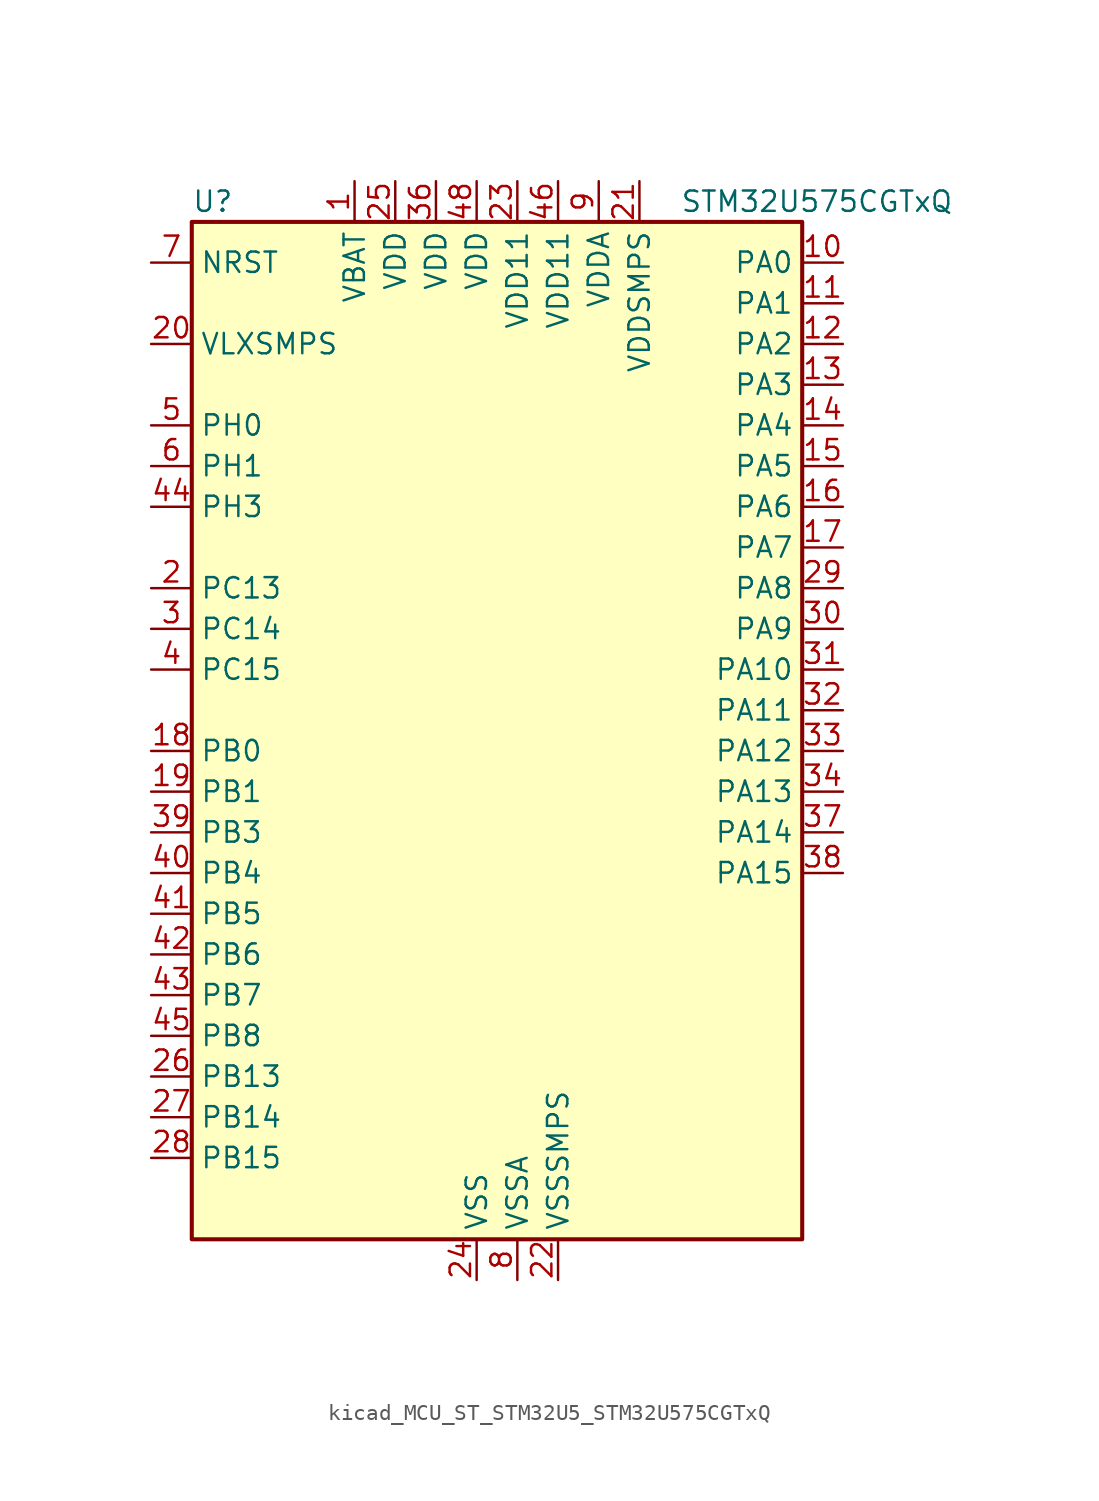
<source format=kicad_sym>
(kicad_symbol_lib
  (version 20220914)
  (generator kicad_symbol_editor)
  (symbol "kicad_MCU_ST_STM32U5_STM32U575CGTxQ"
    (property "Reference" "U"
      (at -17.78 34.29 0)
      (effects (font (size 1.27 1.27)) (justify left)))
    (property "Value" "STM32U575CGTxQ"
      (at 12.7 34.29 0)
      (effects (font (size 1.27 1.27)) (justify left)))
    (property "ki_locked" ""
      (at 0 0 0)
      (effects (font (size 1.27 1.27))))
    (symbol "kicad_MCU_ST_STM32U5_STM32U575CGTxQ_0_1"
      (rectangle (start -17.78 -30.48) (end 20.32 33.02) (stroke (width 0.254) (type default)) (fill (type background))))
    (symbol "kicad_MCU_ST_STM32U5_STM32U575CGTxQ_1_1"
      (pin power_in line (at -7.62 35.56 270) (length 2.54) (name "VBAT" (effects (font (size 1.27 1.27)))) (number "1" (effects (font (size 1.27 1.27)))))
      (pin bidirectional line (at 22.86 30.48 180) (length 2.54) (name "PA0" (effects (font (size 1.27 1.27)))) (number "10" (effects (font (size 1.27 1.27)))) (alternate "ADC1_IN5" bidirectional line) (alternate "AUDIOCLK" bidirectional line) (alternate "OCTOSPIM_P2_NCS" bidirectional line) (alternate "OPAMP1_VINP" bidirectional line) (alternate "PWR_WKUP1" bidirectional line) (alternate "SPI3_RDY" bidirectional line) (alternate "TAMP_IN2" bidirectional line) (alternate "TAMP_OUT1" bidirectional line) (alternate "TIM2_CH1" bidirectional line) (alternate "TIM2_ETR" bidirectional line) (alternate "TIM5_CH1" bidirectional line) (alternate "TIM8_ETR" bidirectional line) (alternate "UART4_TX" bidirectional line) (alternate "USART2_CTS" bidirectional line))
      (pin bidirectional line (at 22.86 27.94 180) (length 2.54) (name "PA1" (effects (font (size 1.27 1.27)))) (number "11" (effects (font (size 1.27 1.27)))) (alternate "ADC1_IN6" bidirectional line) (alternate "I2C1_SMBA" bidirectional line) (alternate "LPTIM1_CH2" bidirectional line) (alternate "OCTOSPIM_P1_DQS" bidirectional line) (alternate "OPAMP1_VINM" bidirectional line) (alternate "PWR_WKUP3" bidirectional line) (alternate "SPI1_SCK" bidirectional line) (alternate "TAMP_IN5" bidirectional line) (alternate "TAMP_OUT4" bidirectional line) (alternate "TIM15_CH1N" bidirectional line) (alternate "TIM2_CH2" bidirectional line) (alternate "TIM5_CH2" bidirectional line) (alternate "UART4_RX" bidirectional line) (alternate "USART2_DE" bidirectional line) (alternate "USART2_RTS" bidirectional line))
      (pin bidirectional line (at 22.86 25.4 180) (length 2.54) (name "PA2" (effects (font (size 1.27 1.27)))) (number "12" (effects (font (size 1.27 1.27)))) (alternate "ADC1_IN7" bidirectional line) (alternate "COMP1_INP" bidirectional line) (alternate "LPUART1_TX" bidirectional line) (alternate "OCTOSPIM_P1_NCS" bidirectional line) (alternate "PWR_WKUP4" bidirectional line) (alternate "RCC_LSCO" bidirectional line) (alternate "SPI1_RDY" bidirectional line) (alternate "TIM15_CH1" bidirectional line) (alternate "TIM2_CH3" bidirectional line) (alternate "TIM5_CH3" bidirectional line) (alternate "UCPD1_FRSTX1" bidirectional line) (alternate "USART2_TX" bidirectional line))
      (pin bidirectional line (at 22.86 22.86 180) (length 2.54) (name "PA3" (effects (font (size 1.27 1.27)))) (number "13" (effects (font (size 1.27 1.27)))) (alternate "ADC1_IN8" bidirectional line) (alternate "LPUART1_RX" bidirectional line) (alternate "OCTOSPIM_P1_CLK" bidirectional line) (alternate "OPAMP1_VOUT" bidirectional line) (alternate "PWR_WKUP5" bidirectional line) (alternate "SAI1_CK1" bidirectional line) (alternate "SAI1_MCLK_A" bidirectional line) (alternate "TIM15_CH2" bidirectional line) (alternate "TIM2_CH4" bidirectional line) (alternate "TIM5_CH4" bidirectional line) (alternate "USART2_RX" bidirectional line))
      (pin bidirectional line (at 22.86 20.32 180) (length 2.54) (name "PA4" (effects (font (size 1.27 1.27)))) (number "14" (effects (font (size 1.27 1.27)))) (alternate "ADC1_IN9" bidirectional line) (alternate "ADC4_IN9" bidirectional line) (alternate "DAC1_OUT1" bidirectional line) (alternate "LPTIM2_CH1" bidirectional line) (alternate "OCTOSPIM_P1_NCS" bidirectional line) (alternate "PWR_WKUP2" bidirectional line) (alternate "SAI1_FS_B" bidirectional line) (alternate "SPI1_NSS" bidirectional line) (alternate "SPI3_NSS" bidirectional line) (alternate "USART2_CK" bidirectional line))
      (pin bidirectional line (at 22.86 17.78 180) (length 2.54) (name "PA5" (effects (font (size 1.27 1.27)))) (number "15" (effects (font (size 1.27 1.27)))) (alternate "ADC1_IN10" bidirectional line) (alternate "ADC4_IN10" bidirectional line) (alternate "DAC1_OUT2" bidirectional line) (alternate "LPTIM2_ETR" bidirectional line) (alternate "PWR_CSLEEP" bidirectional line) (alternate "PWR_WKUP6" bidirectional line) (alternate "SPI1_SCK" bidirectional line) (alternate "TIM2_CH1" bidirectional line) (alternate "TIM2_ETR" bidirectional line) (alternate "TIM8_CH1N" bidirectional line) (alternate "USART3_RX" bidirectional line))
      (pin bidirectional line (at 22.86 15.24 180) (length 2.54) (name "PA6" (effects (font (size 1.27 1.27)))) (number "16" (effects (font (size 1.27 1.27)))) (alternate "ADC1_IN11" bidirectional line) (alternate "ADC4_IN11" bidirectional line) (alternate "LPUART1_CTS" bidirectional line) (alternate "OCTOSPIM_P1_IO3" bidirectional line) (alternate "OPAMP2_VINP" bidirectional line) (alternate "PWR_CDSTOP" bidirectional line) (alternate "PWR_WKUP7" bidirectional line) (alternate "SPI1_MISO" bidirectional line) (alternate "TIM16_CH1" bidirectional line) (alternate "TIM1_BKIN" bidirectional line) (alternate "TIM3_CH1" bidirectional line) (alternate "TIM8_BKIN" bidirectional line) (alternate "USART3_CTS" bidirectional line))
      (pin bidirectional line (at 22.86 12.7 180) (length 2.54) (name "PA7" (effects (font (size 1.27 1.27)))) (number "17" (effects (font (size 1.27 1.27)))) (alternate "ADC1_IN12" bidirectional line) (alternate "ADC4_IN20" bidirectional line) (alternate "I2C3_SCL" bidirectional line) (alternate "LPTIM2_CH2" bidirectional line) (alternate "OCTOSPIM_P1_IO2" bidirectional line) (alternate "OPAMP2_VINM" bidirectional line) (alternate "PWR_SRDSTOP" bidirectional line) (alternate "PWR_WKUP8" bidirectional line) (alternate "SPI1_MOSI" bidirectional line) (alternate "TIM17_CH1" bidirectional line) (alternate "TIM1_CH1N" bidirectional line) (alternate "TIM3_CH2" bidirectional line) (alternate "TIM8_CH1N" bidirectional line) (alternate "USART3_TX" bidirectional line))
      (pin bidirectional line (at -20.32 0 0) (length 2.54) (name "PB0" (effects (font (size 1.27 1.27)))) (number "18" (effects (font (size 1.27 1.27)))) (alternate "ADC1_IN15" bidirectional line) (alternate "ADC4_IN18" bidirectional line) (alternate "AUDIOCLK" bidirectional line) (alternate "COMP1_OUT" bidirectional line) (alternate "LPTIM3_CH1" bidirectional line) (alternate "OCTOSPIM_P1_IO1" bidirectional line) (alternate "OPAMP2_VOUT" bidirectional line) (alternate "SPI1_NSS" bidirectional line) (alternate "TIM1_CH2N" bidirectional line) (alternate "TIM3_CH3" bidirectional line) (alternate "TIM8_CH2N" bidirectional line) (alternate "USART3_CK" bidirectional line))
      (pin bidirectional line (at -20.32 -2.54 0) (length 2.54) (name "PB1" (effects (font (size 1.27 1.27)))) (number "19" (effects (font (size 1.27 1.27)))) (alternate "ADC1_IN16" bidirectional line) (alternate "ADC4_IN19" bidirectional line) (alternate "COMP1_INM" bidirectional line) (alternate "LPTIM2_IN1" bidirectional line) (alternate "LPTIM3_CH2" bidirectional line) (alternate "LPUART1_DE" bidirectional line) (alternate "LPUART1_RTS" bidirectional line) (alternate "MDF1_SDI0" bidirectional line) (alternate "OCTOSPIM_P1_IO0" bidirectional line) (alternate "PWR_WKUP4" bidirectional line) (alternate "TIM1_CH3N" bidirectional line) (alternate "TIM3_CH4" bidirectional line) (alternate "TIM8_CH3N" bidirectional line) (alternate "USART3_DE" bidirectional line) (alternate "USART3_RTS" bidirectional line))
      (pin bidirectional line (at -20.32 10.16 0) (length 2.54) (name "PC13" (effects (font (size 1.27 1.27)))) (number "2" (effects (font (size 1.27 1.27)))) (alternate "PWR_WKUP2" bidirectional line) (alternate "RTC_OUT1" bidirectional line) (alternate "RTC_TS" bidirectional line) (alternate "TAMP_IN1" bidirectional line) (alternate "TAMP_OUT2" bidirectional line))
      (pin power_in line (at -20.32 25.4 0) (length 2.54) (name "VLXSMPS" (effects (font (size 1.27 1.27)))) (number "20" (effects (font (size 1.27 1.27)))))
      (pin power_in line (at 10.16 35.56 270) (length 2.54) (name "VDDSMPS" (effects (font (size 1.27 1.27)))) (number "21" (effects (font (size 1.27 1.27)))))
      (pin power_in line (at 5.08 -33.02 90) (length 2.54) (name "VSSSMPS" (effects (font (size 1.27 1.27)))) (number "22" (effects (font (size 1.27 1.27)))))
      (pin power_in line (at 2.54 35.56 270) (length 2.54) (name "VDD11" (effects (font (size 1.27 1.27)))) (number "23" (effects (font (size 1.27 1.27)))))
      (pin power_in line (at 0 -33.02 90) (length 2.54) (name "VSS" (effects (font (size 1.27 1.27)))) (number "24" (effects (font (size 1.27 1.27)))))
      (pin power_in line (at -5.08 35.56 270) (length 2.54) (name "VDD" (effects (font (size 1.27 1.27)))) (number "25" (effects (font (size 1.27 1.27)))))
      (pin bidirectional line (at -20.32 -20.32 0) (length 2.54) (name "PB13" (effects (font (size 1.27 1.27)))) (number "26" (effects (font (size 1.27 1.27)))) (alternate "I2C2_SCL" bidirectional line) (alternate "LPTIM3_IN1" bidirectional line) (alternate "LPUART1_CTS" bidirectional line) (alternate "MDF1_CKI1" bidirectional line) (alternate "SPI2_SCK" bidirectional line) (alternate "TIM15_CH1N" bidirectional line) (alternate "TIM1_CH1N" bidirectional line) (alternate "TSC_G1_IO2" bidirectional line) (alternate "USART3_CTS" bidirectional line))
      (pin bidirectional line (at -20.32 -22.86 0) (length 2.54) (name "PB14" (effects (font (size 1.27 1.27)))) (number "27" (effects (font (size 1.27 1.27)))) (alternate "I2C2_SDA" bidirectional line) (alternate "LPTIM3_ETR" bidirectional line) (alternate "MDF1_SDI2" bidirectional line) (alternate "SPI2_MISO" bidirectional line) (alternate "TIM15_CH1" bidirectional line) (alternate "TIM1_CH2N" bidirectional line) (alternate "TIM8_CH2N" bidirectional line) (alternate "TSC_G1_IO3" bidirectional line) (alternate "UCPD1_DBCC2" bidirectional line) (alternate "USART3_DE" bidirectional line) (alternate "USART3_RTS" bidirectional line))
      (pin bidirectional line (at -20.32 -25.4 0) (length 2.54) (name "PB15" (effects (font (size 1.27 1.27)))) (number "28" (effects (font (size 1.27 1.27)))) (alternate "ADC1_EXTI15" bidirectional line) (alternate "ADC4_EXTI15" bidirectional line) (alternate "LPTIM2_IN2" bidirectional line) (alternate "MDF1_CKI2" bidirectional line) (alternate "PWR_WKUP7" bidirectional line) (alternate "RTC_REFIN" bidirectional line) (alternate "SPI2_MOSI" bidirectional line) (alternate "TIM15_CH2" bidirectional line) (alternate "TIM1_CH3N" bidirectional line) (alternate "TIM8_CH3N" bidirectional line) (alternate "UCPD1_CC2" bidirectional line))
      (pin bidirectional line (at 22.86 10.16 180) (length 2.54) (name "PA8" (effects (font (size 1.27 1.27)))) (number "29" (effects (font (size 1.27 1.27)))) (alternate "DEBUG_TRACECLK" bidirectional line) (alternate "LPTIM2_CH1" bidirectional line) (alternate "RCC_MCO" bidirectional line) (alternate "SAI1_CK2" bidirectional line) (alternate "SAI1_SCK_A" bidirectional line) (alternate "SPI1_RDY" bidirectional line) (alternate "TIM1_CH1" bidirectional line) (alternate "USART1_CK" bidirectional line) (alternate "USB_OTG_FS_SOF" bidirectional line))
      (pin bidirectional line (at -20.32 7.62 0) (length 2.54) (name "PC14" (effects (font (size 1.27 1.27)))) (number "3" (effects (font (size 1.27 1.27)))) (alternate "RCC_OSC32_IN" bidirectional line))
      (pin bidirectional line (at 22.86 7.62 180) (length 2.54) (name "PA9" (effects (font (size 1.27 1.27)))) (number "30" (effects (font (size 1.27 1.27)))) (alternate "DAC1_EXTI9" bidirectional line) (alternate "SAI1_FS_A" bidirectional line) (alternate "SPI2_SCK" bidirectional line) (alternate "TIM15_BKIN" bidirectional line) (alternate "TIM1_CH2" bidirectional line) (alternate "USART1_TX" bidirectional line) (alternate "USB_OTG_FS_VBUS" bidirectional line))
      (pin bidirectional line (at 22.86 5.08 180) (length 2.54) (name "PA10" (effects (font (size 1.27 1.27)))) (number "31" (effects (font (size 1.27 1.27)))) (alternate "CRS_SYNC" bidirectional line) (alternate "LPTIM2_IN2" bidirectional line) (alternate "SAI1_D1" bidirectional line) (alternate "SAI1_SD_A" bidirectional line) (alternate "TIM17_BKIN" bidirectional line) (alternate "TIM1_CH3" bidirectional line) (alternate "USART1_RX" bidirectional line) (alternate "USB_OTG_FS_ID" bidirectional line))
      (pin bidirectional line (at 22.86 2.54 180) (length 2.54) (name "PA11" (effects (font (size 1.27 1.27)))) (number "32" (effects (font (size 1.27 1.27)))) (alternate "ADC1_EXTI11" bidirectional line) (alternate "FDCAN1_RX" bidirectional line) (alternate "SPI1_MISO" bidirectional line) (alternate "TIM1_BKIN2" bidirectional line) (alternate "TIM1_CH4" bidirectional line) (alternate "USART1_CTS" bidirectional line) (alternate "USB_OTG_FS_DM" bidirectional line))
      (pin bidirectional line (at 22.86 0 180) (length 2.54) (name "PA12" (effects (font (size 1.27 1.27)))) (number "33" (effects (font (size 1.27 1.27)))) (alternate "FDCAN1_TX" bidirectional line) (alternate "OCTOSPIM_P2_NCS" bidirectional line) (alternate "SPI1_MOSI" bidirectional line) (alternate "TIM1_ETR" bidirectional line) (alternate "USART1_DE" bidirectional line) (alternate "USART1_RTS" bidirectional line) (alternate "USB_OTG_FS_DP" bidirectional line))
      (pin bidirectional line (at 22.86 -2.54 180) (length 2.54) (name "PA13" (effects (font (size 1.27 1.27)))) (number "34" (effects (font (size 1.27 1.27)))) (alternate "DEBUG_JTMS-SWDIO" bidirectional line) (alternate "IR_OUT" bidirectional line) (alternate "SAI1_SD_B" bidirectional line) (alternate "USB_OTG_FS_NOE" bidirectional line))
      (pin passive line (at 0 -33.02 90) (length 2.54) hide (name "VSS" (effects (font (size 1.27 1.27)))) (number "35" (effects (font (size 1.27 1.27)))))
      (pin power_in line (at -2.54 35.56 270) (length 2.54) (name "VDD" (effects (font (size 1.27 1.27)))) (number "36" (effects (font (size 1.27 1.27)))))
      (pin bidirectional line (at 22.86 -5.08 180) (length 2.54) (name "PA14" (effects (font (size 1.27 1.27)))) (number "37" (effects (font (size 1.27 1.27)))) (alternate "DEBUG_JTCK-SWCLK" bidirectional line) (alternate "I2C1_SMBA" bidirectional line) (alternate "I2C4_SMBA" bidirectional line) (alternate "LPTIM1_CH1" bidirectional line) (alternate "SAI1_FS_B" bidirectional line) (alternate "USB_OTG_FS_SOF" bidirectional line))
      (pin bidirectional line (at 22.86 -7.62 180) (length 2.54) (name "PA15" (effects (font (size 1.27 1.27)))) (number "38" (effects (font (size 1.27 1.27)))) (alternate "ADC1_EXTI15" bidirectional line) (alternate "ADC4_EXTI15" bidirectional line) (alternate "DEBUG_JTDI" bidirectional line) (alternate "SPI1_NSS" bidirectional line) (alternate "SPI3_NSS" bidirectional line) (alternate "TIM2_CH1" bidirectional line) (alternate "TIM2_ETR" bidirectional line) (alternate "UART4_DE" bidirectional line) (alternate "UART4_RTS" bidirectional line) (alternate "UCPD1_CC1" bidirectional line) (alternate "USART2_RX" bidirectional line) (alternate "USART3_DE" bidirectional line) (alternate "USART3_RTS" bidirectional line))
      (pin bidirectional line (at -20.32 -5.08 0) (length 2.54) (name "PB3" (effects (font (size 1.27 1.27)))) (number "39" (effects (font (size 1.27 1.27)))) (alternate "ADF1_CCK0" bidirectional line) (alternate "COMP2_INM" bidirectional line) (alternate "CRS_SYNC" bidirectional line) (alternate "DEBUG_JTDO-SWO" bidirectional line) (alternate "I2C1_SDA" bidirectional line) (alternate "LPTIM1_CH1" bidirectional line) (alternate "SAI1_SCK_B" bidirectional line) (alternate "SPI1_SCK" bidirectional line) (alternate "SPI3_SCK" bidirectional line) (alternate "TIM2_CH2" bidirectional line) (alternate "USART1_DE" bidirectional line) (alternate "USART1_RTS" bidirectional line))
      (pin bidirectional line (at -20.32 5.08 0) (length 2.54) (name "PC15" (effects (font (size 1.27 1.27)))) (number "4" (effects (font (size 1.27 1.27)))) (alternate "ADC1_EXTI15" bidirectional line) (alternate "ADC4_EXTI15" bidirectional line) (alternate "RCC_OSC32_OUT" bidirectional line))
      (pin bidirectional line (at -20.32 -7.62 0) (length 2.54) (name "PB4" (effects (font (size 1.27 1.27)))) (number "40" (effects (font (size 1.27 1.27)))) (alternate "ADF1_SDI0" bidirectional line) (alternate "COMP2_INP" bidirectional line) (alternate "DEBUG_JTRST" bidirectional line) (alternate "I2C3_SDA" bidirectional line) (alternate "LPTIM1_CH2" bidirectional line) (alternate "SAI1_MCLK_B" bidirectional line) (alternate "SPI1_MISO" bidirectional line) (alternate "SPI3_MISO" bidirectional line) (alternate "TIM17_BKIN" bidirectional line) (alternate "TIM3_CH1" bidirectional line) (alternate "TSC_G2_IO1" bidirectional line) (alternate "USART1_CTS" bidirectional line))
      (pin bidirectional line (at -20.32 -10.16 0) (length 2.54) (name "PB5" (effects (font (size 1.27 1.27)))) (number "41" (effects (font (size 1.27 1.27)))) (alternate "COMP2_OUT" bidirectional line) (alternate "I2C1_SMBA" bidirectional line) (alternate "LPTIM1_IN1" bidirectional line) (alternate "OCTOSPIM_P1_NCLK" bidirectional line) (alternate "PWR_WKUP6" bidirectional line) (alternate "SAI1_SD_B" bidirectional line) (alternate "SPI1_MOSI" bidirectional line) (alternate "SPI3_MOSI" bidirectional line) (alternate "TIM16_BKIN" bidirectional line) (alternate "TIM3_CH2" bidirectional line) (alternate "TSC_G2_IO2" bidirectional line) (alternate "UCPD1_DBCC1" bidirectional line) (alternate "USART1_CK" bidirectional line))
      (pin bidirectional line (at -20.32 -12.7 0) (length 2.54) (name "PB6" (effects (font (size 1.27 1.27)))) (number "42" (effects (font (size 1.27 1.27)))) (alternate "COMP2_INP" bidirectional line) (alternate "I2C1_SCL" bidirectional line) (alternate "I2C4_SCL" bidirectional line) (alternate "LPTIM1_ETR" bidirectional line) (alternate "MDF1_SDI5" bidirectional line) (alternate "PWR_WKUP3" bidirectional line) (alternate "SAI1_FS_B" bidirectional line) (alternate "TIM16_CH1N" bidirectional line) (alternate "TIM4_CH1" bidirectional line) (alternate "TIM8_BKIN2" bidirectional line) (alternate "TSC_G2_IO3" bidirectional line) (alternate "USART1_TX" bidirectional line))
      (pin bidirectional line (at -20.32 -15.24 0) (length 2.54) (name "PB7" (effects (font (size 1.27 1.27)))) (number "43" (effects (font (size 1.27 1.27)))) (alternate "COMP2_INM" bidirectional line) (alternate "I2C1_SDA" bidirectional line) (alternate "I2C4_SDA" bidirectional line) (alternate "LPTIM1_IN2" bidirectional line) (alternate "MDF1_CKI5" bidirectional line) (alternate "PWR_PVD_IN" bidirectional line) (alternate "PWR_WKUP4" bidirectional line) (alternate "TIM17_CH1N" bidirectional line) (alternate "TIM4_CH2" bidirectional line) (alternate "TIM8_BKIN" bidirectional line) (alternate "TSC_G2_IO4" bidirectional line) (alternate "UART4_CTS" bidirectional line) (alternate "USART1_RX" bidirectional line))
      (pin bidirectional line (at -20.32 15.24 0) (length 2.54) (name "PH3" (effects (font (size 1.27 1.27)))) (number "44" (effects (font (size 1.27 1.27)))))
      (pin bidirectional line (at -20.32 -17.78 0) (length 2.54) (name "PB8" (effects (font (size 1.27 1.27)))) (number "45" (effects (font (size 1.27 1.27)))) (alternate "FDCAN1_RX" bidirectional line) (alternate "I2C1_SCL" bidirectional line) (alternate "MDF1_CCK0" bidirectional line) (alternate "PWR_WKUP5" bidirectional line) (alternate "SAI1_CK1" bidirectional line) (alternate "SAI1_MCLK_A" bidirectional line) (alternate "SPI3_RDY" bidirectional line) (alternate "TIM16_CH1" bidirectional line) (alternate "TIM4_CH3" bidirectional line))
      (pin power_in line (at 5.08 35.56 270) (length 2.54) (name "VDD11" (effects (font (size 1.27 1.27)))) (number "46" (effects (font (size 1.27 1.27)))))
      (pin passive line (at 0 -33.02 90) (length 2.54) hide (name "VSS" (effects (font (size 1.27 1.27)))) (number "47" (effects (font (size 1.27 1.27)))))
      (pin power_in line (at 0 35.56 270) (length 2.54) (name "VDD" (effects (font (size 1.27 1.27)))) (number "48" (effects (font (size 1.27 1.27)))))
      (pin bidirectional line (at -20.32 20.32 0) (length 2.54) (name "PH0" (effects (font (size 1.27 1.27)))) (number "5" (effects (font (size 1.27 1.27)))) (alternate "RCC_OSC_IN" bidirectional line))
      (pin bidirectional line (at -20.32 17.78 0) (length 2.54) (name "PH1" (effects (font (size 1.27 1.27)))) (number "6" (effects (font (size 1.27 1.27)))) (alternate "RCC_OSC_OUT" bidirectional line))
      (pin input line (at -20.32 30.48 0) (length 2.54) (name "NRST" (effects (font (size 1.27 1.27)))) (number "7" (effects (font (size 1.27 1.27)))))
      (pin power_in line (at 2.54 -33.02 90) (length 2.54) (name "VSSA" (effects (font (size 1.27 1.27)))) (number "8" (effects (font (size 1.27 1.27)))))
      (pin power_in line (at 7.62 35.56 270) (length 2.54) (name "VDDA" (effects (font (size 1.27 1.27)))) (number "9" (effects (font (size 1.27 1.27))))))))
</source>
